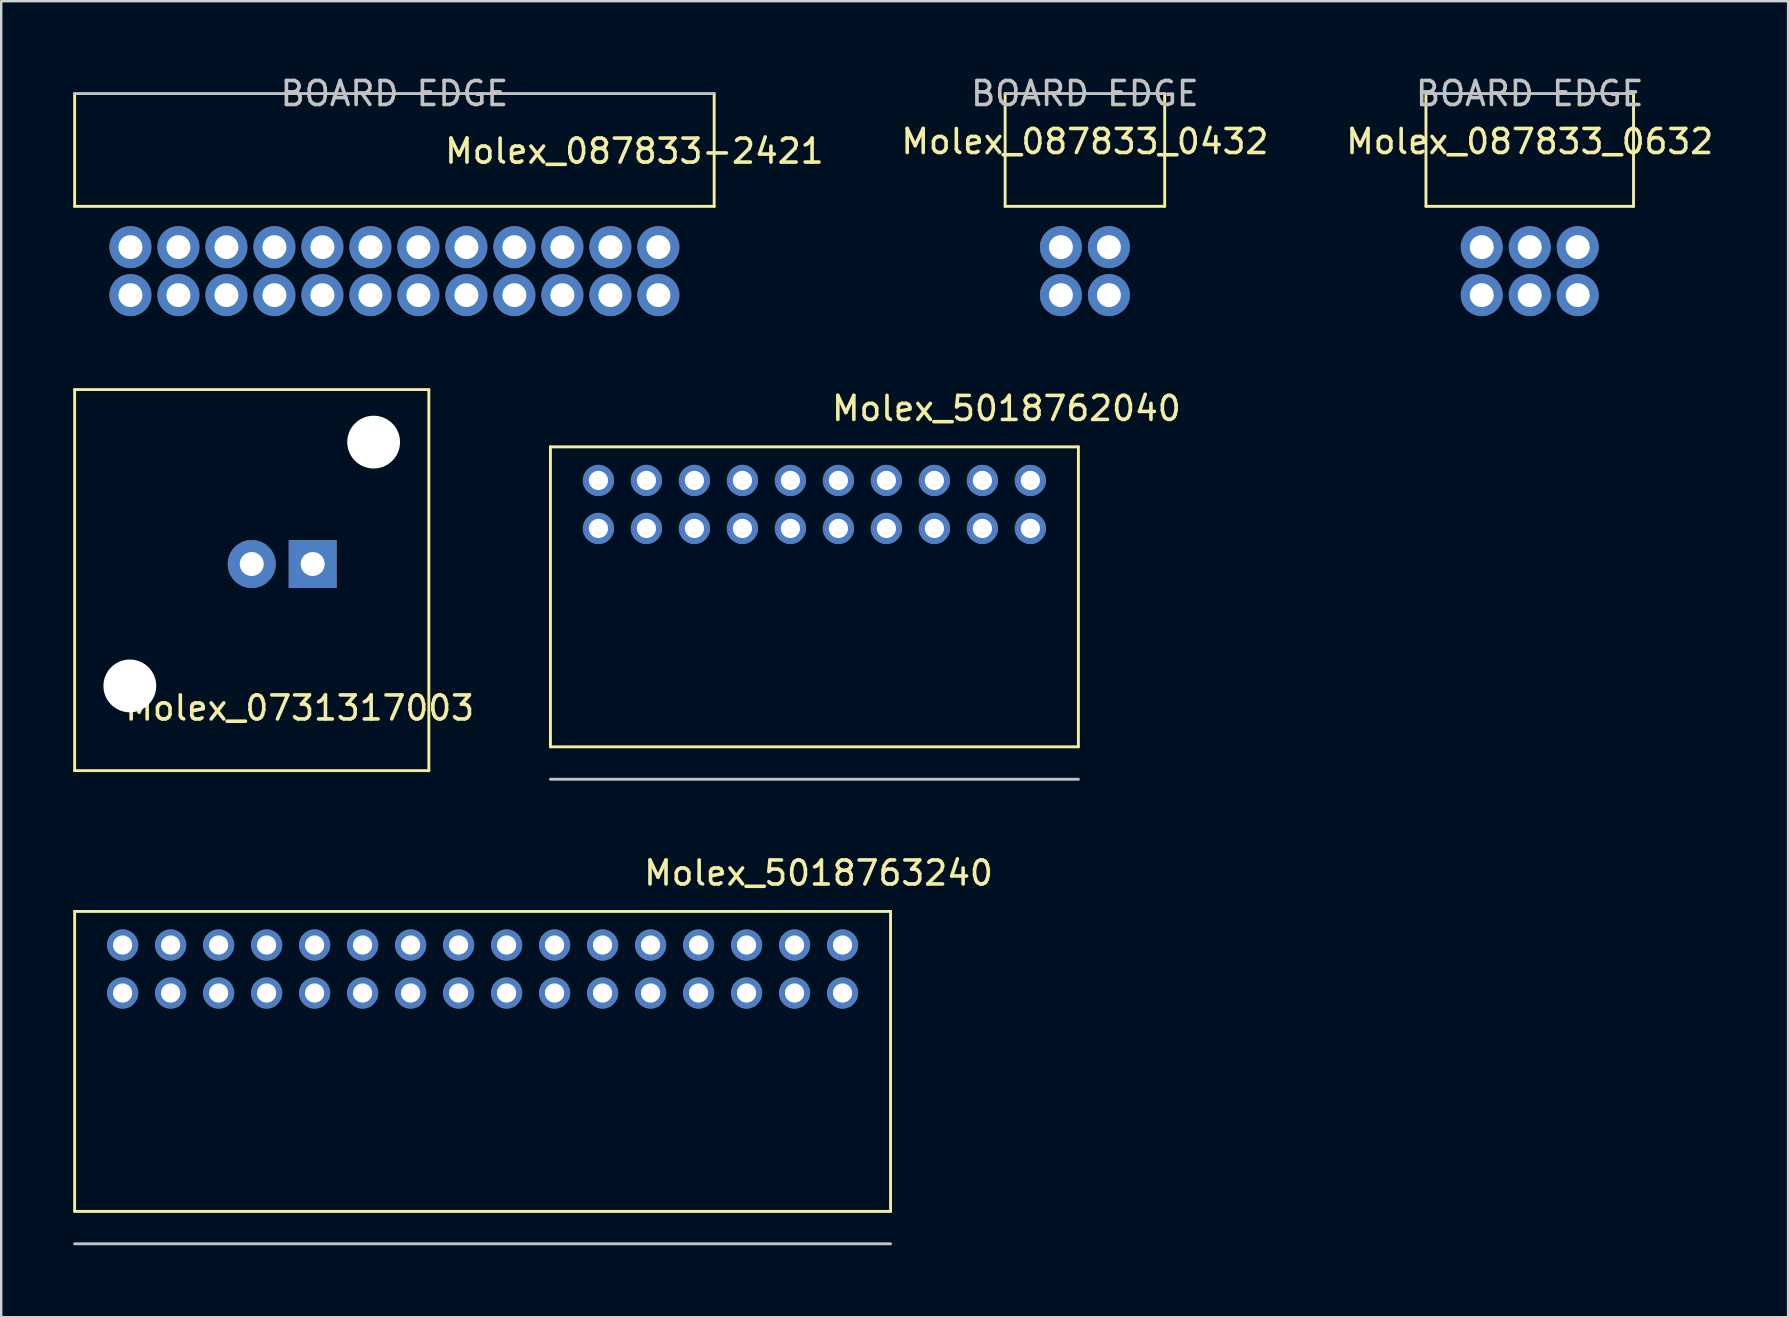
<source format=kicad_pcb>
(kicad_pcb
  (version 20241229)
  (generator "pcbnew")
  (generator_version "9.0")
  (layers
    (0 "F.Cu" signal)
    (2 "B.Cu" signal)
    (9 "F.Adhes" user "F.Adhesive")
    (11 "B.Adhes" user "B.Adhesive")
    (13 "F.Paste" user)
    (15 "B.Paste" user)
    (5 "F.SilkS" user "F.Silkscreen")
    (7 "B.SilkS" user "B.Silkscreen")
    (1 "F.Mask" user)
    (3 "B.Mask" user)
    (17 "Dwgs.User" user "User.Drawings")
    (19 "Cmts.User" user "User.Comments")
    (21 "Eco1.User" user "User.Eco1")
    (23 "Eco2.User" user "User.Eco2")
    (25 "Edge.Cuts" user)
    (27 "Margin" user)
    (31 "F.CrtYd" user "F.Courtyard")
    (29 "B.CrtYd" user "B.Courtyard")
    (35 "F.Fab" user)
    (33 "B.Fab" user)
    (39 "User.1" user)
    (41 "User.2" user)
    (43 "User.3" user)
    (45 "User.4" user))
  (footprint "Molex_0731317003"
    (layer "F.Cu")
    (at 7.44 20.453)
    (property "Reference" "Molex_0731317003" (at 2 6 0) (layer "F.SilkS") (effects (font (size 1 1) (thickness 0.15))))
    (attr through_hole)
    (fp_line (start -7.38 -7.27) (end -7.38 8.61) (stroke (width 0.12) (type solid)) (layer "F.SilkS"))
    (fp_line (start 7.38 -7.27) (end -7.38 -7.27) (stroke (width 0.12) (type solid)) (layer "F.SilkS"))
    (fp_line (start 7.38 -7.27) (end 7.38 8.61) (stroke (width 0.12) (type solid)) (layer "F.SilkS"))
    (fp_line (start 7.38 8.61) (end -7.38 8.61) (stroke (width 0.12) (type solid)) (layer "F.SilkS"))
    (pad "" np_thru_hole circle (at -5.08 5.08) (size 2.2 2.2) (drill 2.2) (layers "*.Cu" "*.Mask"))
    (pad "" np_thru_hole circle (at 5.08 -5.08) (size 2.2 2.2) (drill 2.2) (layers "*.Cu" "*.Mask"))
    (pad "1" thru_hole circle (at 0 0) (size 2 2) (drill 1) (layers "*.Cu" "*.Mask"))
    (pad "2" thru_hole rect (at 2.54 0) (size 2 2) (drill 1) (layers "*.Cu" "*.Mask")))
  (footprint "Molex_087833-2421"
    (layer "F.Cu")
    (at 13.385 0.848)
    (property "Reference" "Molex_087833-2421" (at 10 2.4 0) (layer "F.SilkS") (effects (font (size 1 1) (thickness 0.15))))
    (attr through_hole)
    (fp_line (start -13.325 0) (end -13.325 4.7) (stroke (width 0.12) (type solid)) (layer "F.SilkS"))
    (fp_line (start -13.325 4.7) (end 13.325 4.7) (stroke (width 0.12) (type solid)) (layer "F.SilkS"))
    (fp_line (start 13.325 0) (end 13.325 4.7) (stroke (width 0.12) (type solid)) (layer "F.SilkS"))
    (fp_line (start -13.325 0) (end 13.325 0) (stroke (width 0.12) (type solid)) (layer "Dwgs.User"))
    (fp_text user "BOARD EDGE" (at 0 0 0) (layer "Dwgs.User") (effects (font (size 1 1) (thickness 0.15))))
    (pad "1" thru_hole circle (at -11 8.4) (size 1.75 1.75) (drill 1) (layers "*.Cu" "*.Mask"))
    (pad "2" thru_hole circle (at -11 6.4) (size 1.75 1.75) (drill 1) (layers "*.Cu" "*.Mask"))
    (pad "3" thru_hole circle (at -9 8.4) (size 1.75 1.75) (drill 1) (layers "*.Cu" "*.Mask"))
    (pad "4" thru_hole circle (at -9 6.4) (size 1.75 1.75) (drill 1) (layers "*.Cu" "*.Mask"))
    (pad "5" thru_hole circle (at -7 8.4) (size 1.75 1.75) (drill 1) (layers "*.Cu" "*.Mask"))
    (pad "6" thru_hole circle (at -7 6.4) (size 1.75 1.75) (drill 1) (layers "*.Cu" "*.Mask"))
    (pad "7" thru_hole circle (at -5 8.4) (size 1.75 1.75) (drill 1) (layers "*.Cu" "*.Mask"))
    (pad "8" thru_hole circle (at -5 6.4) (size 1.75 1.75) (drill 1) (layers "*.Cu" "*.Mask"))
    (pad "9" thru_hole circle (at -3 8.4) (size 1.75 1.75) (drill 1) (layers "*.Cu" "*.Mask"))
    (pad "10" thru_hole circle (at -3 6.4) (size 1.75 1.75) (drill 1) (layers "*.Cu" "*.Mask"))
    (pad "11" thru_hole circle (at -1 8.4) (size 1.75 1.75) (drill 1) (layers "*.Cu" "*.Mask"))
    (pad "12" thru_hole circle (at -1 6.4) (size 1.75 1.75) (drill 1) (layers "*.Cu" "*.Mask"))
    (pad "13" thru_hole circle (at 1 8.4) (size 1.75 1.75) (drill 1) (layers "*.Cu" "*.Mask"))
    (pad "14" thru_hole circle (at 1 6.4) (size 1.75 1.75) (drill 1) (layers "*.Cu" "*.Mask"))
    (pad "15" thru_hole circle (at 3 8.4) (size 1.75 1.75) (drill 1) (layers "*.Cu" "*.Mask"))
    (pad "16" thru_hole circle (at 3 6.4) (size 1.75 1.75) (drill 1) (layers "*.Cu" "*.Mask"))
    (pad "17" thru_hole circle (at 5 8.4) (size 1.75 1.75) (drill 1) (layers "*.Cu" "*.Mask"))
    (pad "18" thru_hole circle (at 5 6.4) (size 1.75 1.75) (drill 1) (layers "*.Cu" "*.Mask"))
    (pad "19" thru_hole circle (at 7 8.4) (size 1.75 1.75) (drill 1) (layers "*.Cu" "*.Mask"))
    (pad "20" thru_hole circle (at 7 6.4) (size 1.75 1.75) (drill 1) (layers "*.Cu" "*.Mask"))
    (pad "21" thru_hole circle (at 9 8.4) (size 1.75 1.75) (drill 1) (layers "*.Cu" "*.Mask"))
    (pad "22" thru_hole circle (at 9 6.4) (size 1.75 1.75) (drill 1) (layers "*.Cu" "*.Mask"))
    (pad "23" thru_hole circle (at 11 8.4) (size 1.75 1.75) (drill 1) (layers "*.Cu" "*.Mask"))
    (pad "24" thru_hole circle (at 11 6.4) (size 1.75 1.75) (drill 1) (layers "*.Cu" "*.Mask")))
  (footprint "Molex_087833_0632"
    (layer "F.Cu")
    (at 60.695 0.848)
    (property "Reference" "Molex_087833_0632" (at 0 2 0) (layer "F.SilkS") (effects (font (size 1 1) (thickness 0.15))))
    (attr through_hole)
    (fp_line (start -4.325 0) (end -4.325 4.7) (stroke (width 0.12) (type solid)) (layer "F.SilkS"))
    (fp_line (start -4.325 4.7) (end 4.325 4.7) (stroke (width 0.12) (type solid)) (layer "F.SilkS"))
    (fp_line (start 4.325 0) (end 4.325 4.7) (stroke (width 0.12) (type solid)) (layer "F.SilkS"))
    (fp_line (start -4.325 0) (end 4.325 0) (stroke (width 0.12) (type solid)) (layer "Dwgs.User"))
    (fp_text user "BOARD EDGE" (at 0 0 0) (layer "Dwgs.User") (effects (font (size 1 1) (thickness 0.15))))
    (pad "1" thru_hole circle (at -2 8.4) (size 1.75 1.75) (drill 1) (layers "*.Cu" "*.Mask"))
    (pad "2" thru_hole circle (at -2 6.4) (size 1.75 1.75) (drill 1) (layers "*.Cu" "*.Mask"))
    (pad "3" thru_hole circle (at 0 8.4) (size 1.75 1.75) (drill 1) (layers "*.Cu" "*.Mask"))
    (pad "4" thru_hole circle (at 0 6.4) (size 1.75 1.75) (drill 1) (layers "*.Cu" "*.Mask"))
    (pad "5" thru_hole circle (at 2 8.4) (size 1.75 1.75) (drill 1) (layers "*.Cu" "*.Mask"))
    (pad "6" thru_hole circle (at 2 6.4) (size 1.75 1.75) (drill 1) (layers "*.Cu" "*.Mask")))
  (footprint "Molex_087833_0432"
    (layer "F.Cu")
    (at 42.159 0.848)
    (property "Reference" "Molex_087833_0432" (at 0 2 0) (layer "F.SilkS") (effects (font (size 1 1) (thickness 0.15))))
    (attr through_hole)
    (fp_line (start -3.325 0) (end -3.325 4.7) (stroke (width 0.12) (type solid)) (layer "F.SilkS"))
    (fp_line (start -3.325 4.7) (end 3.325 4.7) (stroke (width 0.12) (type solid)) (layer "F.SilkS"))
    (fp_line (start 3.325 0) (end 3.325 4.7) (stroke (width 0.12) (type solid)) (layer "F.SilkS"))
    (fp_line (start -3.325 0) (end 3.325 0) (stroke (width 0.12) (type solid)) (layer "Dwgs.User"))
    (fp_text user "BOARD EDGE" (at 0 0 0) (layer "Dwgs.User") (effects (font (size 1 1) (thickness 0.15))))
    (pad "1" thru_hole circle (at -1 8.4) (size 1.75 1.75) (drill 1) (layers "*.Cu" "*.Mask"))
    (pad "2" thru_hole circle (at -1 6.4) (size 1.75 1.75) (drill 1) (layers "*.Cu" "*.Mask"))
    (pad "3" thru_hole circle (at 1 8.4) (size 1.75 1.75) (drill 1) (layers "*.Cu" "*.Mask"))
    (pad "4" thru_hole circle (at 1 6.4) (size 1.75 1.75) (drill 1) (layers "*.Cu" "*.Mask")))
  (footprint "Molex_5018762040"
    (layer "F.Cu")
    (at 30.887 17.971)
    (property "Reference" "Molex_5018762040" (at 8 -4 0) (unlocked yes) (layer "F.SilkS") (effects (font (size 1 1) (thickness 0.15))))
    (attr through_hole)
    (fp_line (start -11 -2.4) (end 11 -2.4) (stroke (width 0.12) (type solid)) (layer "F.SilkS"))
    (fp_line (start -11 10.1) (end -11 -2.4) (stroke (width 0.12) (type solid)) (layer "F.SilkS"))
    (fp_line (start 11 -2.4) (end 11 10.1) (stroke (width 0.12) (type solid)) (layer "F.SilkS"))
    (fp_line (start 11 10.1) (end -11 10.1) (stroke (width 0.12) (type solid)) (layer "F.SilkS"))
    (fp_line (start 11 11.45) (end -11 11.45) (stroke (width 0.12) (type solid)) (layer "Dwgs.User"))
    (pad "1" thru_hole circle (at 9 1) (size 1.3 1.3) (drill 0.8) (layers "*.Cu" "*.Mask"))
    (pad "2" thru_hole circle (at 9 -1) (size 1.3 1.3) (drill 0.8) (layers "*.Cu" "*.Mask"))
    (pad "3" thru_hole circle (at 7 1) (size 1.3 1.3) (drill 0.8) (layers "*.Cu" "*.Mask"))
    (pad "4" thru_hole circle (at 7 -1) (size 1.3 1.3) (drill 0.8) (layers "*.Cu" "*.Mask"))
    (pad "5" thru_hole circle (at 5 1) (size 1.3 1.3) (drill 0.8) (layers "*.Cu" "*.Mask"))
    (pad "6" thru_hole circle (at 5 -1) (size 1.3 1.3) (drill 0.8) (layers "*.Cu" "*.Mask"))
    (pad "7" thru_hole circle (at 3 1) (size 1.3 1.3) (drill 0.8) (layers "*.Cu" "*.Mask"))
    (pad "8" thru_hole circle (at 3 -1) (size 1.3 1.3) (drill 0.8) (layers "*.Cu" "*.Mask"))
    (pad "9" thru_hole circle (at 1 1) (size 1.3 1.3) (drill 0.8) (layers "*.Cu" "*.Mask"))
    (pad "10" thru_hole circle (at 1 -1) (size 1.3 1.3) (drill 0.8) (layers "*.Cu" "*.Mask"))
    (pad "11" thru_hole circle (at -1 1) (size 1.3 1.3) (drill 0.8) (layers "*.Cu" "*.Mask"))
    (pad "12" thru_hole circle (at -1 -1) (size 1.3 1.3) (drill 0.8) (layers "*.Cu" "*.Mask"))
    (pad "13" thru_hole circle (at -3 1) (size 1.3 1.3) (drill 0.8) (layers "*.Cu" "*.Mask"))
    (pad "14" thru_hole circle (at -3 -1) (size 1.3 1.3) (drill 0.8) (layers "*.Cu" "*.Mask"))
    (pad "15" thru_hole circle (at -5 1) (size 1.3 1.3) (drill 0.8) (layers "*.Cu" "*.Mask"))
    (pad "16" thru_hole circle (at -5 -1) (size 1.3 1.3) (drill 0.8) (layers "*.Cu" "*.Mask"))
    (pad "17" thru_hole circle (at -7 1) (size 1.3 1.3) (drill 0.8) (layers "*.Cu" "*.Mask"))
    (pad "18" thru_hole circle (at -7 -1) (size 1.3 1.3) (drill 0.8) (layers "*.Cu" "*.Mask"))
    (pad "19" thru_hole circle (at -9 1) (size 1.3 1.3) (drill 0.8) (layers "*.Cu" "*.Mask"))
    (pad "20" thru_hole circle (at -9 -1) (size 1.3 1.3) (drill 0.8) (layers "*.Cu" "*.Mask")))
  (footprint "Molex_5018763240"
    (layer "F.Cu")
    (at 17.06 37.33)
    (property "Reference" "Molex_5018763240" (at 14 -4 0) (unlocked yes) (layer "F.SilkS") (effects (font (size 1 1) (thickness 0.15))))
    (attr through_hole)
    (fp_line (start -17 -2.4) (end 17 -2.4) (stroke (width 0.12) (type solid)) (layer "F.SilkS"))
    (fp_line (start -17 10.1) (end -17 -2.4) (stroke (width 0.12) (type solid)) (layer "F.SilkS"))
    (fp_line (start 17 -2.4) (end 17 10.1) (stroke (width 0.12) (type solid)) (layer "F.SilkS"))
    (fp_line (start 17 10.1) (end -17 10.1) (stroke (width 0.12) (type solid)) (layer "F.SilkS"))
    (fp_line (start 17 11.45) (end -17 11.45) (stroke (width 0.12) (type solid)) (layer "Dwgs.User"))
    (pad "1" thru_hole circle (at 15 1) (size 1.3 1.3) (drill 0.8) (layers "*.Cu" "*.Mask"))
    (pad "2" thru_hole circle (at 15 -1) (size 1.3 1.3) (drill 0.8) (layers "*.Cu" "*.Mask"))
    (pad "3" thru_hole circle (at 13 1) (size 1.3 1.3) (drill 0.8) (layers "*.Cu" "*.Mask"))
    (pad "4" thru_hole circle (at 13 -1) (size 1.3 1.3) (drill 0.8) (layers "*.Cu" "*.Mask"))
    (pad "5" thru_hole circle (at 11 1) (size 1.3 1.3) (drill 0.8) (layers "*.Cu" "*.Mask"))
    (pad "6" thru_hole circle (at 11 -1) (size 1.3 1.3) (drill 0.8) (layers "*.Cu" "*.Mask"))
    (pad "7" thru_hole circle (at 9 1) (size 1.3 1.3) (drill 0.8) (layers "*.Cu" "*.Mask"))
    (pad "8" thru_hole circle (at 9 -1) (size 1.3 1.3) (drill 0.8) (layers "*.Cu" "*.Mask"))
    (pad "9" thru_hole circle (at 7 1) (size 1.3 1.3) (drill 0.8) (layers "*.Cu" "*.Mask"))
    (pad "10" thru_hole circle (at 7 -1) (size 1.3 1.3) (drill 0.8) (layers "*.Cu" "*.Mask"))
    (pad "11" thru_hole circle (at 5 1) (size 1.3 1.3) (drill 0.8) (layers "*.Cu" "*.Mask"))
    (pad "12" thru_hole circle (at 5 -1) (size 1.3 1.3) (drill 0.8) (layers "*.Cu" "*.Mask"))
    (pad "13" thru_hole circle (at 3 1) (size 1.3 1.3) (drill 0.8) (layers "*.Cu" "*.Mask"))
    (pad "14" thru_hole circle (at 3 -1) (size 1.3 1.3) (drill 0.8) (layers "*.Cu" "*.Mask"))
    (pad "15" thru_hole circle (at 1 1) (size 1.3 1.3) (drill 0.8) (layers "*.Cu" "*.Mask"))
    (pad "16" thru_hole circle (at 1 -1) (size 1.3 1.3) (drill 0.8) (layers "*.Cu" "*.Mask"))
    (pad "17" thru_hole circle (at -1 1) (size 1.3 1.3) (drill 0.8) (layers "*.Cu" "*.Mask"))
    (pad "18" thru_hole circle (at -1 -1) (size 1.3 1.3) (drill 0.8) (layers "*.Cu" "*.Mask"))
    (pad "19" thru_hole circle (at -3 1) (size 1.3 1.3) (drill 0.8) (layers "*.Cu" "*.Mask"))
    (pad "20" thru_hole circle (at -3 -1) (size 1.3 1.3) (drill 0.8) (layers "*.Cu" "*.Mask"))
    (pad "21" thru_hole circle (at -5 1) (size 1.3 1.3) (drill 0.8) (layers "*.Cu" "*.Mask"))
    (pad "22" thru_hole circle (at -5 -1) (size 1.3 1.3) (drill 0.8) (layers "*.Cu" "*.Mask"))
    (pad "23" thru_hole circle (at -7 1) (size 1.3 1.3) (drill 0.8) (layers "*.Cu" "*.Mask"))
    (pad "24" thru_hole circle (at -7 -1) (size 1.3 1.3) (drill 0.8) (layers "*.Cu" "*.Mask"))
    (pad "25" thru_hole circle (at -9 1) (size 1.3 1.3) (drill 0.8) (layers "*.Cu" "*.Mask"))
    (pad "26" thru_hole circle (at -9 -1) (size 1.3 1.3) (drill 0.8) (layers "*.Cu" "*.Mask"))
    (pad "27" thru_hole circle (at -11 1) (size 1.3 1.3) (drill 0.8) (layers "*.Cu" "*.Mask"))
    (pad "28" thru_hole circle (at -11 -1) (size 1.3 1.3) (drill 0.8) (layers "*.Cu" "*.Mask"))
    (pad "29" thru_hole circle (at -13 1) (size 1.3 1.3) (drill 0.8) (layers "*.Cu" "*.Mask"))
    (pad "30" thru_hole circle (at -13 -1) (size 1.3 1.3) (drill 0.8) (layers "*.Cu" "*.Mask"))
    (pad "31" thru_hole circle (at -15 1) (size 1.3 1.3) (drill 0.8) (layers "*.Cu" "*.Mask"))
    (pad "32" thru_hole circle (at -15 -1) (size 1.3 1.3) (drill 0.8) (layers "*.Cu" "*.Mask")))
  (gr_rect
    (start -3 -3)
    (end 71.462 51.84)
    (stroke (width 0.1) (type default))
    (fill no)
    (layer "Edge.Cuts")))
</source>
